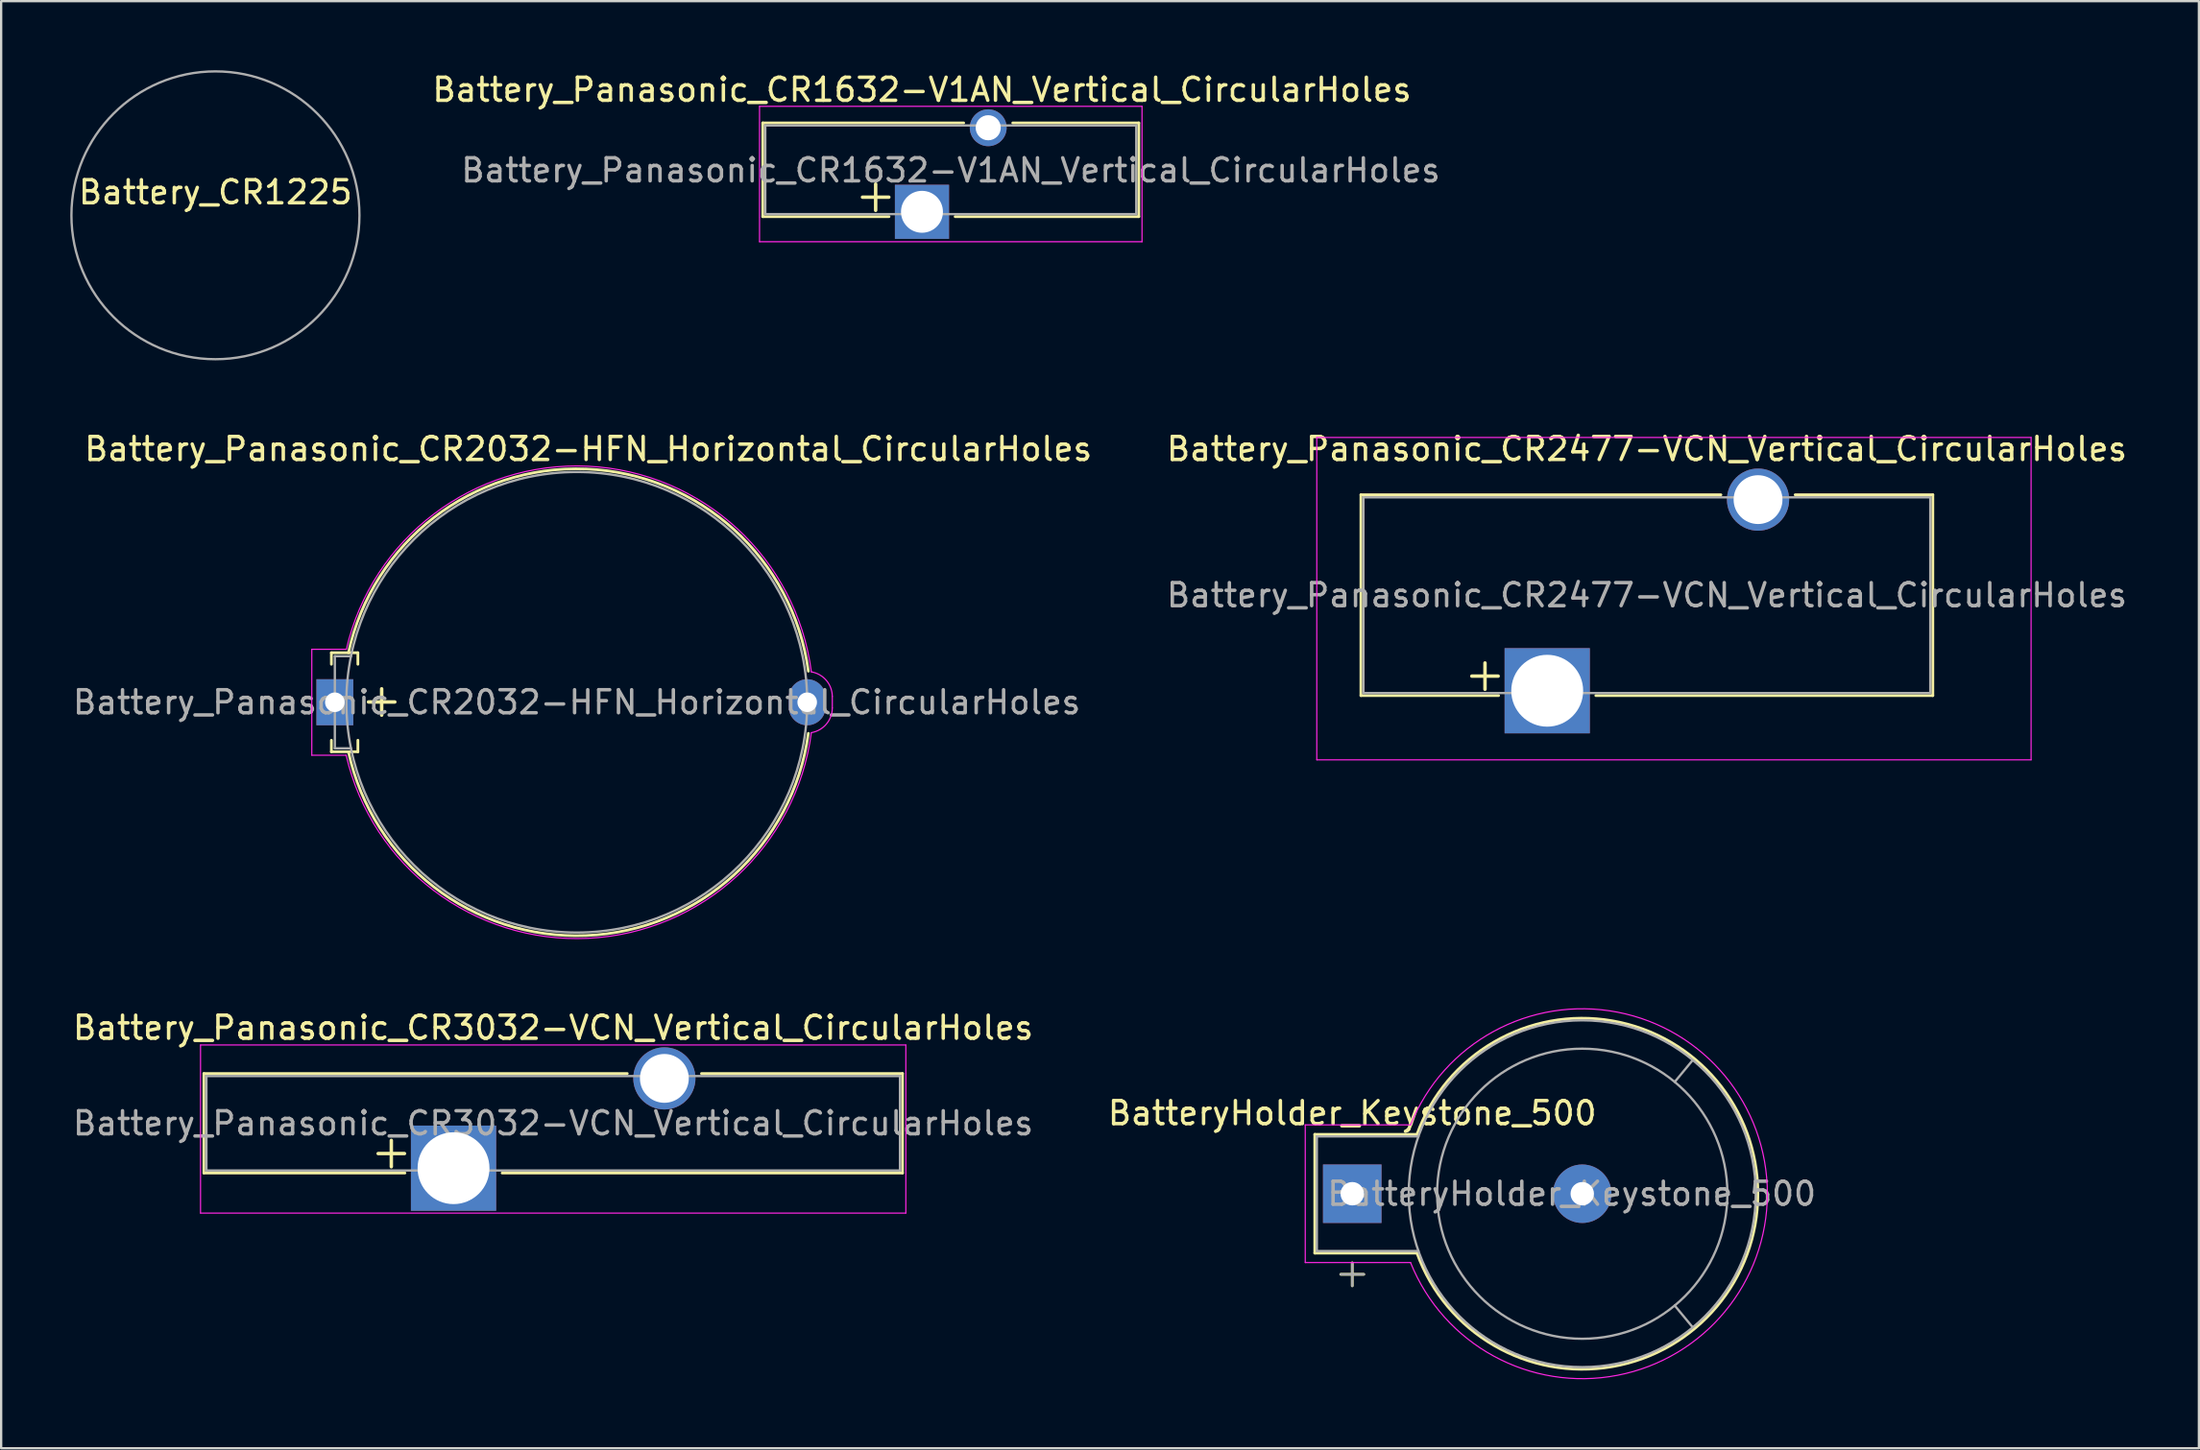
<source format=kicad_pcb>
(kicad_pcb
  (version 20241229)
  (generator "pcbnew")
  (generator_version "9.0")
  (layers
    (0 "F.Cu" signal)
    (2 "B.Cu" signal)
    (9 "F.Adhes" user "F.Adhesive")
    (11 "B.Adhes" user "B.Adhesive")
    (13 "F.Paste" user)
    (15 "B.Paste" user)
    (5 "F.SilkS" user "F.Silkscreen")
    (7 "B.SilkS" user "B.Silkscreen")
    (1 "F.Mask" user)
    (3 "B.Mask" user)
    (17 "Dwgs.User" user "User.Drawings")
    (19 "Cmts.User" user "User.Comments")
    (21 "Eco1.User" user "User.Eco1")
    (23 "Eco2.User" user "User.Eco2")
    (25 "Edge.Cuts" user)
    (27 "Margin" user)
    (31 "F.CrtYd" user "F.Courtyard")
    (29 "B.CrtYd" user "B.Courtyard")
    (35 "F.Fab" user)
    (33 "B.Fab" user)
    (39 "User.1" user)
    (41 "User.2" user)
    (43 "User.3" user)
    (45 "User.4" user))
  (footprint "Battery_CR1225"
    (layer "F.Cu")
    (at 6.3 6.3)
    (property "Reference" "Battery_CR1225" (at 0 -1 0) (layer "F.SilkS") (effects (font (size 1 1) (thickness 0.15))))
    (attr exclude_from_pos_files exclude_from_bom)
    (fp_circle (center 0 0) (end 6.25 0) (stroke (width 0.1) (type solid)) (fill no) (layer "F.Fab")))
  (footprint "Battery_Panasonic_CR3032-VCN_Vertical_CircularHoles"
    (layer "F.Cu")
    (at 16.633 47.683)
    (property "Reference" "Battery_Panasonic_CR3032-VCN_Vertical_CircularHoles" (at 4.325 -6.1 0) (layer "F.SilkS") (effects (font (size 1 1) (thickness 0.15))))
    (attr through_hole)
    (fp_line (start -10.835 -4.11) (end -10.835 0.21) (stroke (width 0.12) (type solid)) (layer "F.SilkS"))
    (fp_line (start -10.835 -4.11) (end 7.54 -4.11) (stroke (width 0.12) (type solid)) (layer "F.SilkS"))
    (fp_line (start -10.835 0.21) (end -2.11 0.21) (stroke (width 0.12) (type solid)) (layer "F.SilkS"))
    (fp_line (start 2.11 0.21) (end 19.485 0.21) (stroke (width 0.12) (type solid)) (layer "F.SilkS"))
    (fp_line (start 10.76 -4.11) (end 19.485 -4.11) (stroke (width 0.12) (type solid)) (layer "F.SilkS"))
    (fp_line (start 19.485 -4.11) (end 19.485 0.21) (stroke (width 0.12) (type solid)) (layer "F.SilkS"))
    (fp_line (start -10.98 -5.35) (end -10.98 1.95) (stroke (width 0.05) (type solid)) (layer "F.CrtYd"))
    (fp_line (start -10.98 -5.35) (end 19.63 -5.35) (stroke (width 0.05) (type solid)) (layer "F.CrtYd"))
    (fp_line (start -10.98 1.95) (end 19.63 1.95) (stroke (width 0.05) (type solid)) (layer "F.CrtYd"))
    (fp_line (start 19.63 -5.35) (end 19.63 1.95) (stroke (width 0.05) (type solid)) (layer "F.CrtYd"))
    (fp_line (start -10.725 -4) (end -10.725 0.1) (stroke (width 0.1) (type solid)) (layer "F.Fab"))
    (fp_line (start -10.725 -4) (end 19.375 -4) (stroke (width 0.1) (type solid)) (layer "F.Fab"))
    (fp_line (start -10.725 0.1) (end 19.375 0.1) (stroke (width 0.1) (type solid)) (layer "F.Fab"))
    (fp_line (start 19.375 -4) (end 19.375 0.1) (stroke (width 0.1) (type solid)) (layer "F.Fab"))
    (fp_text user "+" (at -2.7 -0.75 0) (layer "F.SilkS") (effects (font (size 1.5 1.5) (thickness 0.15))))
    (fp_text user "${REFERENCE}" (at 4.325 -1.95 180) (layer "F.Fab") (effects (font (size 1 1) (thickness 0.15))))
    (pad "1" thru_hole rect (at 0 0) (size 3.7 3.7) (drill 3.12) (layers "*.Cu" "*.Mask"))
    (pad "2" thru_hole circle (at 9.15 -3.9) (size 2.7 2.7) (drill 2.12) (layers "*.Cu" "*.Mask")))
  (footprint "Battery_Panasonic_CR1632-V1AN_Vertical_CircularHoles"
    (layer "F.Cu")
    (at 36.963 6.148)
    (property "Reference" "Battery_Panasonic_CR1632-V1AN_Vertical_CircularHoles" (at 0 -5.3 0) (layer "F.SilkS") (effects (font (size 1 1) (thickness 0.15))))
    (attr through_hole)
    (fp_line (start -6.91 -3.86) (end 1.81 -3.86) (stroke (width 0.12) (type solid)) (layer "F.SilkS"))
    (fp_line (start -6.91 0.21) (end -6.91 -3.86) (stroke (width 0.12) (type solid)) (layer "F.SilkS"))
    (fp_line (start -6.91 0.21) (end -1.43 0.21) (stroke (width 0.12) (type solid)) (layer "F.SilkS"))
    (fp_line (start 1.44 0.21) (end 9.41 0.21) (stroke (width 0.12) (type solid)) (layer "F.SilkS"))
    (fp_line (start 3.94 -3.86) (end 9.41 -3.86) (stroke (width 0.12) (type solid)) (layer "F.SilkS"))
    (fp_line (start 9.41 0.21) (end 9.41 -3.86) (stroke (width 0.12) (type solid)) (layer "F.SilkS"))
    (fp_line (start -7.05 -4.58) (end 9.55 -4.58) (stroke (width 0.05) (type solid)) (layer "F.CrtYd"))
    (fp_line (start -7.05 1.3) (end -7.05 -4.58) (stroke (width 0.05) (type solid)) (layer "F.CrtYd"))
    (fp_line (start -7.05 1.3) (end 9.55 1.3) (stroke (width 0.05) (type solid)) (layer "F.CrtYd"))
    (fp_line (start 9.55 1.3) (end 9.55 -4.58) (stroke (width 0.05) (type solid)) (layer "F.CrtYd"))
    (fp_line (start -6.8 -3.75) (end 9.3 -3.75) (stroke (width 0.1) (type solid)) (layer "F.Fab"))
    (fp_line (start -6.8 0.1) (end -6.8 -3.75) (stroke (width 0.1) (type solid)) (layer "F.Fab"))
    (fp_line (start -6.8 0.1) (end 9.3 0.1) (stroke (width 0.1) (type solid)) (layer "F.Fab"))
    (fp_line (start 9.3 0.1) (end 9.3 -3.75) (stroke (width 0.1) (type solid)) (layer "F.Fab"))
    (fp_text user "+" (at -2.01 -0.75 0) (layer "F.SilkS") (effects (font (size 1.5 1.5) (thickness 0.15))))
    (fp_text user "${REFERENCE}" (at 1.25 -1.8 180) (layer "F.Fab") (effects (font (size 1 1) (thickness 0.15))))
    (pad "1" thru_hole rect (at 0 0 90) (size 2.35 2.35) (drill 1.82) (layers "*.Cu" "*.Mask"))
    (pad "2" thru_hole circle (at 2.875 -3.65) (size 1.6 1.6) (drill 1.09) (layers "*.Cu" "*.Mask")))
  (footprint "BatteryHolder_Keystone_500"
    (layer "F.Cu")
    (at 55.637 48.792)
    (property "Reference" "BatteryHolder_Keystone_500" (at 0 -3.5 0) (layer "F.SilkS") (effects (font (size 1 1) (thickness 0.15))))
    (attr through_hole)
    (fp_line (start -1.626 -2.578) (end -1.626 2.578) (stroke (width 0.12) (type default)) (layer "F.SilkS"))
    (fp_line (start -1.626 -2.578) (end 2.81 -2.578) (stroke (width 0.12) (type solid)) (layer "F.SilkS"))
    (fp_line (start -1.626 2.578) (end 2.81 2.578) (stroke (width 0.12) (type solid)) (layer "F.SilkS"))
    (fp_line (start 0 3) (end 0 4) (stroke (width 0.12) (type default)) (layer "F.SilkS"))
    (fp_line (start 0.5 3.5) (end -0.5 3.5) (stroke (width 0.12) (type default)) (layer "F.SilkS"))
    (fp_arc (start 2.81 -2.5781) (mid 17.603686 0) (end 2.81 2.5781) (stroke (width 0.12) (type default)) (layer "F.SilkS"))
    (fp_line (start -2.04 -2.99) (end 2.53 -2.99) (stroke (width 0.05) (type solid)) (layer "F.CrtYd"))
    (fp_line (start -2.04 2.99) (end -2.04 -2.99) (stroke (width 0.05) (type solid)) (layer "F.CrtYd"))
    (fp_line (start -2.04 2.99) (end 2.53 2.99) (stroke (width 0.05) (type solid)) (layer "F.CrtYd"))
    (fp_arc (start 2.53 -2.99) (mid 18.015634 0) (end 2.53 2.99) (stroke (width 0.05) (type default)) (layer "F.CrtYd"))
    (fp_line (start -1.537 -2.489) (end 2.87 -2.489) (stroke (width 0.1) (type solid)) (layer "F.Fab"))
    (fp_line (start -1.537 2.489) (end -1.537 -2.489) (stroke (width 0.1) (type solid)) (layer "F.Fab"))
    (fp_line (start -1.537 2.489) (end 2.87 2.489) (stroke (width 0.1) (type solid)) (layer "F.Fab"))
    (fp_line (start 0 3) (end 0 4) (stroke (width 0.1) (type default)) (layer "F.Fab"))
    (fp_line (start 0.5 3.5) (end -0.5 3.5) (stroke (width 0.1) (type default)) (layer "F.Fab"))
    (fp_line (start 13.995 -4.856) (end 14.771 -5.796) (stroke (width 0.1) (type solid)) (layer "F.Fab"))
    (fp_line (start 13.995 4.856) (end 14.771 5.796) (stroke (width 0.1) (type solid)) (layer "F.Fab"))
    (fp_circle (center 9.982 0) (end 16.281 0) (stroke (width 0.1) (type solid)) (fill no) (layer "F.Fab"))
    (fp_circle (center 9.982 0) (end 17.513 0) (stroke (width 0.1) (type default)) (fill no) (layer "F.Fab"))
    (fp_text user "${REFERENCE}" (at 9.525 0 0) (layer "F.Fab") (effects (font (size 1 1) (thickness 0.15))))
    (pad "1" thru_hole rect (at 0 0) (size 2.54 2.54) (drill 1.016) (layers "*.Cu" "*.Mask"))
    (pad "2" thru_hole circle (at 9.982 0) (size 2.54 2.54) (drill 1.016) (layers "*.Cu" "*.Mask")))
  (footprint "Battery_Panasonic_CR2032-HFN_Horizontal_CircularHoles"
    (layer "F.Cu")
    (at 11.482 27.448)
    (property "Reference" "Battery_Panasonic_CR2032-HFN_Horizontal_CircularHoles" (at 11 -11 0) (layer "F.SilkS") (effects (font (size 1 1) (thickness 0.15))))
    (attr through_hole)
    (fp_line (start -0.15 -2.15) (end -0.15 -1.65) (stroke (width 0.12) (type default)) (layer "F.SilkS"))
    (fp_line (start -0.15 -2.15) (end 1 -2.15) (stroke (width 0.12) (type default)) (layer "F.SilkS"))
    (fp_line (start -0.15 2.15) (end -0.15 1.65) (stroke (width 0.12) (type default)) (layer "F.SilkS"))
    (fp_line (start -0.15 2.15) (end 1 2.15) (stroke (width 0.12) (type default)) (layer "F.SilkS"))
    (fp_line (start 1 -2.15) (end 1 -1.65) (stroke (width 0.12) (type default)) (layer "F.SilkS"))
    (fp_line (start 1 2.15) (end 1 1.65) (stroke (width 0.12) (type default)) (layer "F.SilkS"))
    (fp_arc (start 0.59 -2.15) (mid 10.91 -10.13) (end 20.55 -1.35) (stroke (width 0.12) (type default)) (layer "F.SilkS"))
    (fp_arc (start 20.55 1.35) (mid 10.91 10.13) (end 0.59 2.15) (stroke (width 0.12) (type default)) (layer "F.SilkS"))
    (fp_line (start -1 -2.3) (end 0.5 -2.3) (stroke (width 0.05) (type default)) (layer "F.CrtYd"))
    (fp_line (start -1 2.3) (end -1 -2.3) (stroke (width 0.05) (type default)) (layer "F.CrtYd"))
    (fp_line (start -1 2.3) (end 0.49 2.3) (stroke (width 0.05) (type default)) (layer "F.CrtYd"))
    (fp_line (start 21.59 -0.25) (end 21.59 0.25) (stroke (width 0.05) (type default)) (layer "F.CrtYd"))
    (fp_arc (start 0.5 -2.3) (mid 10.99 -10.25) (end 20.68 -1.32) (stroke (width 0.05) (type default)) (layer "F.CrtYd"))
    (fp_arc (start 20.68 -1.32) (mid 21.33 -0.95) (end 21.59 -0.25) (stroke (width 0.05) (type default)) (layer "F.CrtYd"))
    (fp_arc (start 20.68 1.32) (mid 10.99 10.25) (end 0.49 2.3) (stroke (width 0.05) (type default)) (layer "F.CrtYd"))
    (fp_arc (start 21.59 0.25) (mid 21.33 0.95) (end 20.68 1.32) (stroke (width 0.05) (type default)) (layer "F.CrtYd"))
    (fp_line (start 0 -2) (end 0.7 -2) (stroke (width 0.1) (type default)) (layer "F.Fab"))
    (fp_line (start 0 2) (end 0 -2) (stroke (width 0.1) (type default)) (layer "F.Fab"))
    (fp_line (start 0 2) (end 0.7 2) (stroke (width 0.1) (type default)) (layer "F.Fab"))
    (fp_circle (center 10.5 0) (end 20.5 0) (stroke (width 0.1) (type default)) (fill no) (layer "F.Fab"))
    (fp_text user "+" (at 2.032 -0.127 0) (layer "F.SilkS") (effects (font (size 1.5 1.5) (thickness 0.15))))
    (fp_text user "${REFERENCE}" (at 10.5 0 0) (layer "F.Fab") (effects (font (size 1 1) (thickness 0.15))))
    (pad "1" thru_hole rect (at 0 0) (size 1.6 2) (drill 0.85) (layers "*.Cu" "*.Mask"))
    (pad "2" thru_hole oval (at 20.5 0) (size 1.6 2) (drill 0.85) (layers "*.Cu" "*.Mask")))
  (footprint "Battery_Panasonic_CR2477-VCN_Vertical_CircularHoles"
    (layer "F.Cu")
    (at 64.098 26.948)
    (property "Reference" "Battery_Panasonic_CR2477-VCN_Vertical_CircularHoles" (at 4.325 -10.5 0) (layer "F.SilkS") (effects (font (size 1 1) (thickness 0.15))))
    (attr through_hole)
    (fp_line (start -8.085 -8.51) (end -8.085 0.21) (stroke (width 0.12) (type solid)) (layer "F.SilkS"))
    (fp_line (start -8.085 -8.51) (end 7.54 -8.51) (stroke (width 0.12) (type solid)) (layer "F.SilkS"))
    (fp_line (start -8.085 0.21) (end -2.11 0.21) (stroke (width 0.12) (type solid)) (layer "F.SilkS"))
    (fp_line (start 2.11 0.21) (end 16.735 0.21) (stroke (width 0.12) (type solid)) (layer "F.SilkS"))
    (fp_line (start 10.76 -8.51) (end 16.735 -8.51) (stroke (width 0.12) (type solid)) (layer "F.SilkS"))
    (fp_line (start 16.735 -8.51) (end 16.735 0.21) (stroke (width 0.12) (type solid)) (layer "F.SilkS"))
    (fp_line (start -10 -11) (end 21 -11) (stroke (width 0.05) (type solid)) (layer "F.CrtYd"))
    (fp_line (start -10 3) (end -10 -11) (stroke (width 0.05) (type solid)) (layer "F.CrtYd"))
    (fp_line (start 21 -11) (end 21 3) (stroke (width 0.05) (type solid)) (layer "F.CrtYd"))
    (fp_line (start 21 3) (end -10 3) (stroke (width 0.05) (type solid)) (layer "F.CrtYd"))
    (fp_line (start -7.975 -8.4) (end -7.975 0.1) (stroke (width 0.1) (type solid)) (layer "F.Fab"))
    (fp_line (start -7.975 -8.4) (end 16.625 -8.4) (stroke (width 0.1) (type solid)) (layer "F.Fab"))
    (fp_line (start -7.975 0.1) (end 16.625 0.1) (stroke (width 0.1) (type solid)) (layer "F.Fab"))
    (fp_line (start 16.625 -8.4) (end 16.625 0.1) (stroke (width 0.1) (type solid)) (layer "F.Fab"))
    (fp_text user "+" (at -2.7 -0.75 0) (layer "F.SilkS") (effects (font (size 1.5 1.5) (thickness 0.15))))
    (fp_text user "${REFERENCE}" (at 4.325 -4.15 180) (layer "F.Fab") (effects (font (size 1 1) (thickness 0.15))))
    (pad "1" thru_hole rect (at 0 0) (size 3.7 3.7) (drill 3.12) (layers "*.Cu" "*.Mask"))
    (pad "2" thru_hole circle (at 9.15 -8.3) (size 2.7 2.7) (drill 2.12) (layers "*.Cu" "*.Mask")))
  (gr_rect
    (start -3 -3)
    (end 92.381 59.848)
    (stroke (width 0.1) (type default))
    (fill no)
    (layer "Edge.Cuts")))
</source>
